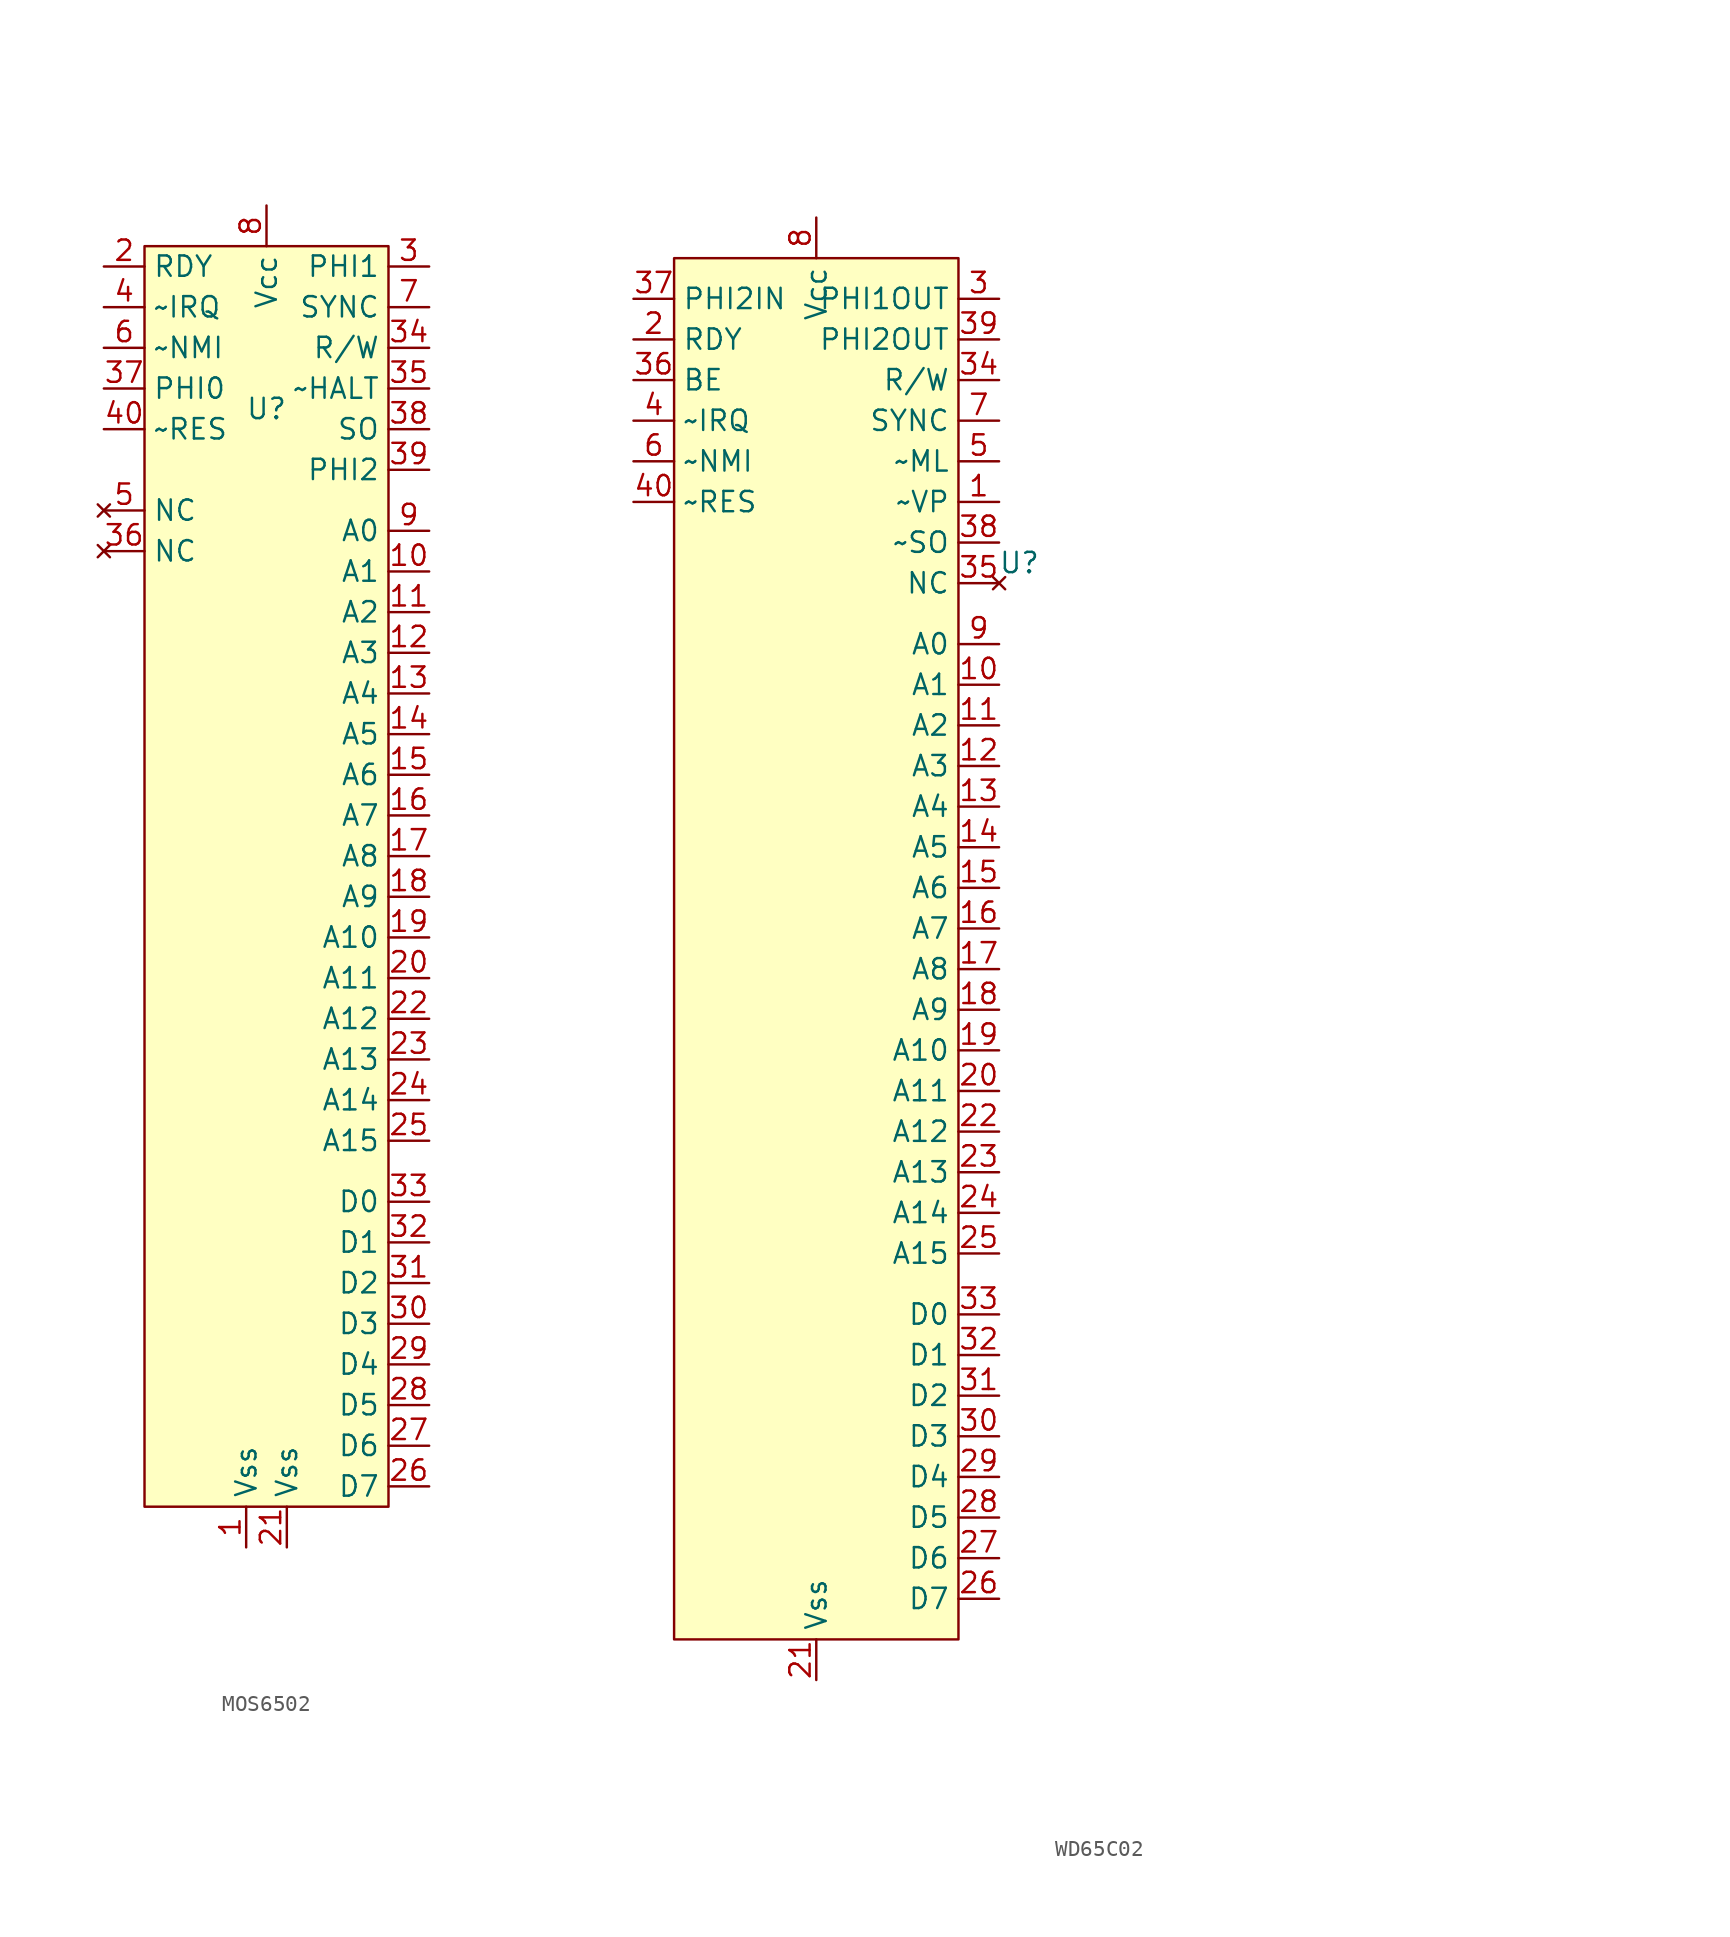
<source format=kicad_sym>
(kicad_symbol_lib
  (version 20231120)
  (generator "kicad_symbol_editor")
  (generator_version "8.0")
  (symbol "MOS6502"
    (property "Reference" "U"
      (at 0 0 0)
      (effects (font (size 1.27 1.27))))
    (property "Value" ""
      (at 0 0 0)
      (effects (font (size 1.27 1.27))))
    (symbol "MOS6502_0_0"
      (pin power_in line (at -1.27 -71.12 90) (length 2.54) (name "Vss" (effects (font (size 1.27 1.27)))) (number "1" (effects (font (size 1.27 1.27)))))
      (pin output line (at 10.16 -10.16 180) (length 2.54) (name "A1" (effects (font (size 1.27 1.27)))) (number "10" (effects (font (size 1.27 1.27)))))
      (pin output line (at 10.16 -12.7 180) (length 2.54) (name "A2" (effects (font (size 1.27 1.27)))) (number "11" (effects (font (size 1.27 1.27)))))
      (pin output line (at 10.16 -15.24 180) (length 2.54) (name "A3" (effects (font (size 1.27 1.27)))) (number "12" (effects (font (size 1.27 1.27)))))
      (pin output line (at 10.16 -17.78 180) (length 2.54) (name "A4" (effects (font (size 1.27 1.27)))) (number "13" (effects (font (size 1.27 1.27)))))
      (pin output line (at 10.16 -20.32 180) (length 2.54) (name "A5" (effects (font (size 1.27 1.27)))) (number "14" (effects (font (size 1.27 1.27)))))
      (pin output line (at 10.16 -22.86 180) (length 2.54) (name "A6" (effects (font (size 1.27 1.27)))) (number "15" (effects (font (size 1.27 1.27)))))
      (pin output line (at 10.16 -25.4 180) (length 2.54) (name "A7" (effects (font (size 1.27 1.27)))) (number "16" (effects (font (size 1.27 1.27)))))
      (pin output line (at 10.16 -27.94 180) (length 2.54) (name "A8" (effects (font (size 1.27 1.27)))) (number "17" (effects (font (size 1.27 1.27)))))
      (pin output line (at 10.16 -30.48 180) (length 2.54) (name "A9" (effects (font (size 1.27 1.27)))) (number "18" (effects (font (size 1.27 1.27)))))
      (pin output line (at 10.16 -33.02 180) (length 2.54) (name "A10" (effects (font (size 1.27 1.27)))) (number "19" (effects (font (size 1.27 1.27)))))
      (pin input line (at -10.16 8.89 0) (length 2.54) (name "RDY" (effects (font (size 1.27 1.27)))) (number "2" (effects (font (size 1.27 1.27)))))
      (pin output line (at 10.16 -35.56 180) (length 2.54) (name "A11" (effects (font (size 1.27 1.27)))) (number "20" (effects (font (size 1.27 1.27)))))
      (pin output line (at 1.27 -71.12 90) (length 2.54) (name "Vss" (effects (font (size 1.27 1.27)))) (number "21" (effects (font (size 1.27 1.27)))))
      (pin output line (at 10.16 -38.1 180) (length 2.54) (name "A12" (effects (font (size 1.27 1.27)))) (number "22" (effects (font (size 1.27 1.27)))))
      (pin output line (at 10.16 -40.64 180) (length 2.54) (name "A13" (effects (font (size 1.27 1.27)))) (number "23" (effects (font (size 1.27 1.27)))))
      (pin output line (at 10.16 -43.18 180) (length 2.54) (name "A14" (effects (font (size 1.27 1.27)))) (number "24" (effects (font (size 1.27 1.27)))))
      (pin output line (at 10.16 -45.72 180) (length 2.54) (name "A15" (effects (font (size 1.27 1.27)))) (number "25" (effects (font (size 1.27 1.27)))))
      (pin tri_state line (at 10.16 -67.31 180) (length 2.54) (name "D7" (effects (font (size 1.27 1.27)))) (number "26" (effects (font (size 1.27 1.27)))))
      (pin tri_state line (at 10.16 -64.77 180) (length 2.54) (name "D6" (effects (font (size 1.27 1.27)))) (number "27" (effects (font (size 1.27 1.27)))))
      (pin tri_state line (at 10.16 -62.23 180) (length 2.54) (name "D5" (effects (font (size 1.27 1.27)))) (number "28" (effects (font (size 1.27 1.27)))))
      (pin tri_state line (at 10.16 -59.69 180) (length 2.54) (name "D4" (effects (font (size 1.27 1.27)))) (number "29" (effects (font (size 1.27 1.27)))))
      (pin output line (at 10.16 8.89 180) (length 2.54) (name "PHI1" (effects (font (size 1.27 1.27)))) (number "3" (effects (font (size 1.27 1.27)))))
      (pin tri_state line (at 10.16 -57.15 180) (length 2.54) (name "D3" (effects (font (size 1.27 1.27)))) (number "30" (effects (font (size 1.27 1.27)))))
      (pin tri_state line (at 10.16 -54.61 180) (length 2.54) (name "D2" (effects (font (size 1.27 1.27)))) (number "31" (effects (font (size 1.27 1.27)))))
      (pin tri_state line (at 10.16 -52.07 180) (length 2.54) (name "D1" (effects (font (size 1.27 1.27)))) (number "32" (effects (font (size 1.27 1.27)))))
      (pin tri_state line (at 10.16 -49.53 180) (length 2.54) (name "D0" (effects (font (size 1.27 1.27)))) (number "33" (effects (font (size 1.27 1.27)))))
      (pin output line (at 10.16 3.81 180) (length 2.54) (name "R/W" (effects (font (size 1.27 1.27)))) (number "34" (effects (font (size 1.27 1.27)))))
      (pin output line (at 10.16 1.27 180) (length 2.54) (name "~HALT" (effects (font (size 1.27 1.27)))) (number "35" (effects (font (size 1.27 1.27)))))
      (pin no_connect line (at -10.16 -8.89 0) (length 2.54) (name "NC" (effects (font (size 1.27 1.27)))) (number "36" (effects (font (size 1.27 1.27)))))
      (pin input line (at -10.16 1.27 0) (length 2.54) (name "PHI0" (effects (font (size 1.27 1.27)))) (number "37" (effects (font (size 1.27 1.27)))))
      (pin output line (at 10.16 -1.27 180) (length 2.54) (name "SO" (effects (font (size 1.27 1.27)))) (number "38" (effects (font (size 1.27 1.27)))))
      (pin output line (at 10.16 -3.81 180) (length 2.54) (name "PHI2" (effects (font (size 1.27 1.27)))) (number "39" (effects (font (size 1.27 1.27)))))
      (pin input line (at -10.16 6.35 0) (length 2.54) (name "~IRQ" (effects (font (size 1.27 1.27)))) (number "4" (effects (font (size 1.27 1.27)))))
      (pin input line (at -10.16 -1.27 0) (length 2.54) (name "~RES" (effects (font (size 1.27 1.27)))) (number "40" (effects (font (size 1.27 1.27)))))
      (pin no_connect line (at -10.16 -6.35 0) (length 2.54) (name "NC" (effects (font (size 1.27 1.27)))) (number "5" (effects (font (size 1.27 1.27)))))
      (pin input line (at -10.16 3.81 0) (length 2.54) (name "~NMI" (effects (font (size 1.27 1.27)))) (number "6" (effects (font (size 1.27 1.27)))))
      (pin output line (at 10.16 6.35 180) (length 2.54) (name "SYNC" (effects (font (size 1.27 1.27)))) (number "7" (effects (font (size 1.27 1.27)))))
      (pin power_in line (at 0 12.7 270) (length 2.54) (name "Vcc" (effects (font (size 1.27 1.27)))) (number "8" (effects (font (size 1.27 1.27)))))
      (pin output line (at 10.16 -7.62 180) (length 2.54) (name "A0" (effects (font (size 1.27 1.27)))) (number "9" (effects (font (size 1.27 1.27))))))
    (symbol "MOS6502_1_1"
      (rectangle (start -7.62 10.16) (end 7.62 -68.58) (stroke (width 0) (type default)) (fill (type background)))))
  (symbol "WD65C02"
    (property "Reference" "U"
      (at 12.7 -8.89 0)
      (effects (font (size 1.27 1.27))))
    (property "Value" ""
      (at 46.99 -29.21 0)
      (effects (font (size 1.27 1.27))))
    (symbol "WD65C02_0_0"
      (pin output line (at 11.43 -5.08 180) (length 2.54) (name "~VP" (effects (font (size 1.27 1.27)))) (number "1" (effects (font (size 1.27 1.27)))))
      (pin output line (at 11.43 -16.51 180) (length 2.54) (name "A1" (effects (font (size 1.27 1.27)))) (number "10" (effects (font (size 1.27 1.27)))))
      (pin output line (at 11.43 -19.05 180) (length 2.54) (name "A2" (effects (font (size 1.27 1.27)))) (number "11" (effects (font (size 1.27 1.27)))))
      (pin output line (at 11.43 -21.59 180) (length 2.54) (name "A3" (effects (font (size 1.27 1.27)))) (number "12" (effects (font (size 1.27 1.27)))))
      (pin output line (at 11.43 -24.13 180) (length 2.54) (name "A4" (effects (font (size 1.27 1.27)))) (number "13" (effects (font (size 1.27 1.27)))))
      (pin output line (at 11.43 -26.67 180) (length 2.54) (name "A5" (effects (font (size 1.27 1.27)))) (number "14" (effects (font (size 1.27 1.27)))))
      (pin output line (at 11.43 -29.21 180) (length 2.54) (name "A6" (effects (font (size 1.27 1.27)))) (number "15" (effects (font (size 1.27 1.27)))))
      (pin output line (at 11.43 -31.75 180) (length 2.54) (name "A7" (effects (font (size 1.27 1.27)))) (number "16" (effects (font (size 1.27 1.27)))))
      (pin output line (at 11.43 -34.29 180) (length 2.54) (name "A8" (effects (font (size 1.27 1.27)))) (number "17" (effects (font (size 1.27 1.27)))))
      (pin output line (at 11.43 -36.83 180) (length 2.54) (name "A9" (effects (font (size 1.27 1.27)))) (number "18" (effects (font (size 1.27 1.27)))))
      (pin output line (at 11.43 -39.37 180) (length 2.54) (name "A10" (effects (font (size 1.27 1.27)))) (number "19" (effects (font (size 1.27 1.27)))))
      (pin bidirectional line (at -11.43 5.08 0) (length 2.54) (name "RDY" (effects (font (size 1.27 1.27)))) (number "2" (effects (font (size 1.27 1.27)))))
      (pin output line (at 11.43 -41.91 180) (length 2.54) (name "A11" (effects (font (size 1.27 1.27)))) (number "20" (effects (font (size 1.27 1.27)))))
      (pin output line (at 0 -78.74 90) (length 2.54) (name "Vss" (effects (font (size 1.27 1.27)))) (number "21" (effects (font (size 1.27 1.27)))))
      (pin output line (at 11.43 -44.45 180) (length 2.54) (name "A12" (effects (font (size 1.27 1.27)))) (number "22" (effects (font (size 1.27 1.27)))))
      (pin output line (at 11.43 -46.99 180) (length 2.54) (name "A13" (effects (font (size 1.27 1.27)))) (number "23" (effects (font (size 1.27 1.27)))))
      (pin output line (at 11.43 -49.53 180) (length 2.54) (name "A14" (effects (font (size 1.27 1.27)))) (number "24" (effects (font (size 1.27 1.27)))))
      (pin output line (at 11.43 -52.07 180) (length 2.54) (name "A15" (effects (font (size 1.27 1.27)))) (number "25" (effects (font (size 1.27 1.27)))))
      (pin tri_state line (at 11.43 -73.66 180) (length 2.54) (name "D7" (effects (font (size 1.27 1.27)))) (number "26" (effects (font (size 1.27 1.27)))))
      (pin tri_state line (at 11.43 -71.12 180) (length 2.54) (name "D6" (effects (font (size 1.27 1.27)))) (number "27" (effects (font (size 1.27 1.27)))))
      (pin tri_state line (at 11.43 -68.58 180) (length 2.54) (name "D5" (effects (font (size 1.27 1.27)))) (number "28" (effects (font (size 1.27 1.27)))))
      (pin tri_state line (at 11.43 -66.04 180) (length 2.54) (name "D4" (effects (font (size 1.27 1.27)))) (number "29" (effects (font (size 1.27 1.27)))))
      (pin output line (at 11.43 7.62 180) (length 2.54) (name "PHI1OUT" (effects (font (size 1.27 1.27)))) (number "3" (effects (font (size 1.27 1.27)))))
      (pin tri_state line (at 11.43 -63.5 180) (length 2.54) (name "D3" (effects (font (size 1.27 1.27)))) (number "30" (effects (font (size 1.27 1.27)))))
      (pin tri_state line (at 11.43 -60.96 180) (length 2.54) (name "D2" (effects (font (size 1.27 1.27)))) (number "31" (effects (font (size 1.27 1.27)))))
      (pin tri_state line (at 11.43 -58.42 180) (length 2.54) (name "D1" (effects (font (size 1.27 1.27)))) (number "32" (effects (font (size 1.27 1.27)))))
      (pin tri_state line (at 11.43 -55.88 180) (length 2.54) (name "D0" (effects (font (size 1.27 1.27)))) (number "33" (effects (font (size 1.27 1.27)))))
      (pin output line (at 11.43 2.54 180) (length 2.54) (name "R/W" (effects (font (size 1.27 1.27)))) (number "34" (effects (font (size 1.27 1.27)))))
      (pin no_connect line (at 11.43 -10.16 180) (length 2.54) (name "NC" (effects (font (size 1.27 1.27)))) (number "35" (effects (font (size 1.27 1.27)))))
      (pin input line (at -11.43 2.54 0) (length 2.54) (name "BE" (effects (font (size 1.27 1.27)))) (number "36" (effects (font (size 1.27 1.27)))))
      (pin input line (at -11.43 7.62 0) (length 2.54) (name "PHI2IN" (effects (font (size 1.27 1.27)))) (number "37" (effects (font (size 1.27 1.27)))))
      (pin input line (at 11.43 -7.62 180) (length 2.54) (name "~SO" (effects (font (size 1.27 1.27)))) (number "38" (effects (font (size 1.27 1.27)))))
      (pin output line (at 11.43 5.08 180) (length 2.54) (name "PHI2OUT" (effects (font (size 1.27 1.27)))) (number "39" (effects (font (size 1.27 1.27)))))
      (pin input line (at -11.43 0 0) (length 2.54) (name "~IRQ" (effects (font (size 1.27 1.27)))) (number "4" (effects (font (size 1.27 1.27)))))
      (pin input line (at -11.43 -5.08 0) (length 2.54) (name "~RES" (effects (font (size 1.27 1.27)))) (number "40" (effects (font (size 1.27 1.27)))))
      (pin output line (at 11.43 -2.54 180) (length 2.54) (name "~ML" (effects (font (size 1.27 1.27)))) (number "5" (effects (font (size 1.27 1.27)))))
      (pin input line (at -11.43 -2.54 0) (length 2.54) (name "~NMI" (effects (font (size 1.27 1.27)))) (number "6" (effects (font (size 1.27 1.27)))))
      (pin output line (at 11.43 0 180) (length 2.54) (name "SYNC" (effects (font (size 1.27 1.27)))) (number "7" (effects (font (size 1.27 1.27)))))
      (pin power_in line (at 0 12.7 270) (length 2.54) (name "Vcc" (effects (font (size 1.27 1.27)))) (number "8" (effects (font (size 1.27 1.27)))))
      (pin output line (at 11.43 -13.97 180) (length 2.54) (name "A0" (effects (font (size 1.27 1.27)))) (number "9" (effects (font (size 1.27 1.27))))))
    (symbol "WD65C02_1_1"
      (rectangle (start -8.89 10.16) (end 8.89 -76.2) (stroke (width 0) (type default)) (fill (type background))))))
</source>
